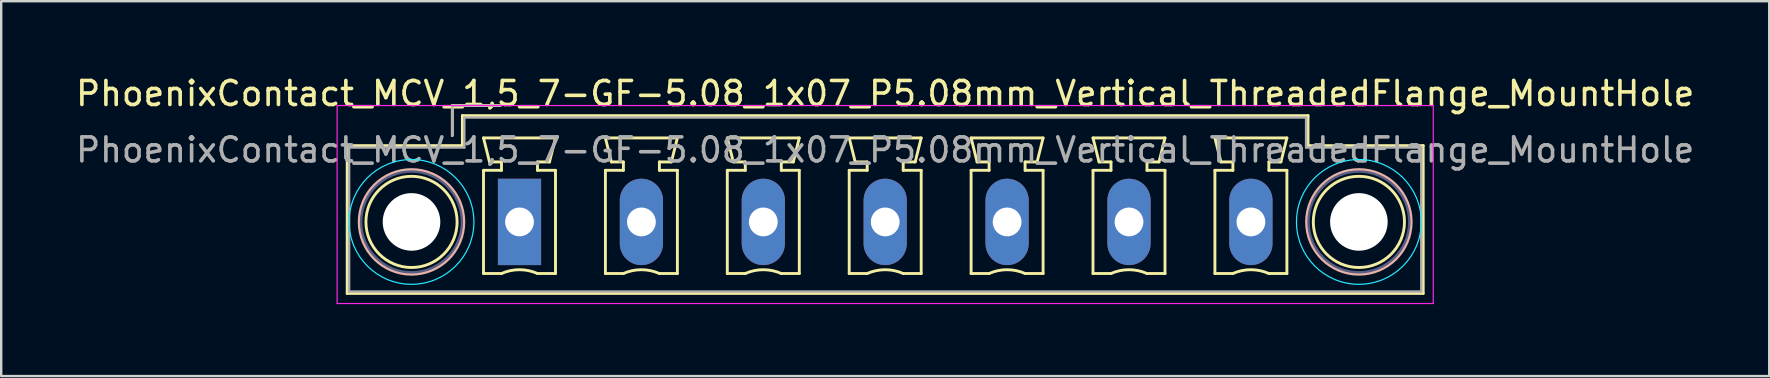
<source format=kicad_pcb>
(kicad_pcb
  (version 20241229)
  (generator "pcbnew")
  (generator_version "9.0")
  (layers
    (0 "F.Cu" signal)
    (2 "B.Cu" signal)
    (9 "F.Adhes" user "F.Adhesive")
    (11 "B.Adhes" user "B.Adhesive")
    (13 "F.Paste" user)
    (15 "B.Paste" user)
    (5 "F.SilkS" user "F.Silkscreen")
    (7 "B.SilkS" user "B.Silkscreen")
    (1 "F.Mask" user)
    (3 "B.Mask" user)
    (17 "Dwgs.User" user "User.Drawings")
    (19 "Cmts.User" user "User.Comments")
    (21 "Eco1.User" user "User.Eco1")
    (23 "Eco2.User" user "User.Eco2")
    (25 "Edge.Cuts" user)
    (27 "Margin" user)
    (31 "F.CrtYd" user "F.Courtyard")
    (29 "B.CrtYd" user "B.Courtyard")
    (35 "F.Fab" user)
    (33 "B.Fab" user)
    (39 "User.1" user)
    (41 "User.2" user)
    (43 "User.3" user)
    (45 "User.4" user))
  (footprint "PhoenixContact_MCV_1,5_7-GF-5.08_1x07_P5.08mm_Vertical_ThreadedFlange_MountHole"
    (layer "F.Cu")
    (at 18.599 6.198)
    (property "Reference" "PhoenixContact_MCV_1,5_7-GF-5.08_1x07_P5.08mm_Vertical_ThreadedFlange_MountHole" (at 15.24 -5.35 0) (layer "F.SilkS") (effects (font (size 1 1) (thickness 0.15))))
    (attr through_hole)
    (fp_line (start -7.18 -3.18) (end -7.18 2.98) (stroke (width 0.12) (type solid)) (layer "F.SilkS"))
    (fp_line (start -7.18 2.98) (end 37.66 2.98) (stroke (width 0.12) (type solid)) (layer "F.SilkS"))
    (fp_line (start -2.8 -4.85) (end -0.8 -4.85) (stroke (width 0.12) (type solid)) (layer "F.SilkS"))
    (fp_line (start -2.8 -3.6) (end -2.8 -4.85) (stroke (width 0.12) (type solid)) (layer "F.SilkS"))
    (fp_line (start -2.38 -4.43) (end -2.38 -3.18) (stroke (width 0.12) (type solid)) (layer "F.SilkS"))
    (fp_line (start -2.38 -3.18) (end -7.18 -3.18) (stroke (width 0.12) (type solid)) (layer "F.SilkS"))
    (fp_line (start -1.5 -3.5) (end 1.5 -3.5) (stroke (width 0.12) (type solid)) (layer "F.SilkS"))
    (fp_line (start -1.5 -2.15) (end -0.75 -2.15) (stroke (width 0.12) (type solid)) (layer "F.SilkS"))
    (fp_line (start -1.5 2.15) (end -1.5 -2.15) (stroke (width 0.12) (type solid)) (layer "F.SilkS"))
    (fp_line (start -1.25 -2.5) (end -1.5 -3.5) (stroke (width 0.12) (type solid)) (layer "F.SilkS"))
    (fp_line (start -0.75 -2.5) (end -1.25 -2.5) (stroke (width 0.12) (type solid)) (layer "F.SilkS"))
    (fp_line (start -0.75 -2.15) (end -0.75 -2.5) (stroke (width 0.12) (type solid)) (layer "F.SilkS"))
    (fp_line (start -0.75 2.15) (end -1.5 2.15) (stroke (width 0.12) (type solid)) (layer "F.SilkS"))
    (fp_line (start 0.75 -2.5) (end 0.75 -2.15) (stroke (width 0.12) (type solid)) (layer "F.SilkS"))
    (fp_line (start 0.75 -2.15) (end 1.5 -2.15) (stroke (width 0.12) (type solid)) (layer "F.SilkS"))
    (fp_line (start 1.25 -2.5) (end 0.75 -2.5) (stroke (width 0.12) (type solid)) (layer "F.SilkS"))
    (fp_line (start 1.5 -3.5) (end 1.25 -2.5) (stroke (width 0.12) (type solid)) (layer "F.SilkS"))
    (fp_line (start 1.5 -2.15) (end 1.5 2.15) (stroke (width 0.12) (type solid)) (layer "F.SilkS"))
    (fp_line (start 1.5 2.15) (end 0.75 2.15) (stroke (width 0.12) (type solid)) (layer "F.SilkS"))
    (fp_line (start 3.58 -3.5) (end 6.58 -3.5) (stroke (width 0.12) (type solid)) (layer "F.SilkS"))
    (fp_line (start 3.58 -2.15) (end 4.33 -2.15) (stroke (width 0.12) (type solid)) (layer "F.SilkS"))
    (fp_line (start 3.58 2.15) (end 3.58 -2.15) (stroke (width 0.12) (type solid)) (layer "F.SilkS"))
    (fp_line (start 3.83 -2.5) (end 3.58 -3.5) (stroke (width 0.12) (type solid)) (layer "F.SilkS"))
    (fp_line (start 4.33 -2.5) (end 3.83 -2.5) (stroke (width 0.12) (type solid)) (layer "F.SilkS"))
    (fp_line (start 4.33 -2.15) (end 4.33 -2.5) (stroke (width 0.12) (type solid)) (layer "F.SilkS"))
    (fp_line (start 4.33 2.15) (end 3.58 2.15) (stroke (width 0.12) (type solid)) (layer "F.SilkS"))
    (fp_line (start 5.83 -2.5) (end 5.83 -2.15) (stroke (width 0.12) (type solid)) (layer "F.SilkS"))
    (fp_line (start 5.83 -2.15) (end 6.58 -2.15) (stroke (width 0.12) (type solid)) (layer "F.SilkS"))
    (fp_line (start 6.33 -2.5) (end 5.83 -2.5) (stroke (width 0.12) (type solid)) (layer "F.SilkS"))
    (fp_line (start 6.58 -3.5) (end 6.33 -2.5) (stroke (width 0.12) (type solid)) (layer "F.SilkS"))
    (fp_line (start 6.58 -2.15) (end 6.58 2.15) (stroke (width 0.12) (type solid)) (layer "F.SilkS"))
    (fp_line (start 6.58 2.15) (end 5.83 2.15) (stroke (width 0.12) (type solid)) (layer "F.SilkS"))
    (fp_line (start 8.66 -3.5) (end 11.66 -3.5) (stroke (width 0.12) (type solid)) (layer "F.SilkS"))
    (fp_line (start 8.66 -2.15) (end 9.41 -2.15) (stroke (width 0.12) (type solid)) (layer "F.SilkS"))
    (fp_line (start 8.66 2.15) (end 8.66 -2.15) (stroke (width 0.12) (type solid)) (layer "F.SilkS"))
    (fp_line (start 8.91 -2.5) (end 8.66 -3.5) (stroke (width 0.12) (type solid)) (layer "F.SilkS"))
    (fp_line (start 9.41 -2.5) (end 8.91 -2.5) (stroke (width 0.12) (type solid)) (layer "F.SilkS"))
    (fp_line (start 9.41 -2.15) (end 9.41 -2.5) (stroke (width 0.12) (type solid)) (layer "F.SilkS"))
    (fp_line (start 9.41 2.15) (end 8.66 2.15) (stroke (width 0.12) (type solid)) (layer "F.SilkS"))
    (fp_line (start 10.91 -2.5) (end 10.91 -2.15) (stroke (width 0.12) (type solid)) (layer "F.SilkS"))
    (fp_line (start 10.91 -2.15) (end 11.66 -2.15) (stroke (width 0.12) (type solid)) (layer "F.SilkS"))
    (fp_line (start 11.41 -2.5) (end 10.91 -2.5) (stroke (width 0.12) (type solid)) (layer "F.SilkS"))
    (fp_line (start 11.66 -3.5) (end 11.41 -2.5) (stroke (width 0.12) (type solid)) (layer "F.SilkS"))
    (fp_line (start 11.66 -2.15) (end 11.66 2.15) (stroke (width 0.12) (type solid)) (layer "F.SilkS"))
    (fp_line (start 11.66 2.15) (end 10.91 2.15) (stroke (width 0.12) (type solid)) (layer "F.SilkS"))
    (fp_line (start 13.74 -3.5) (end 16.74 -3.5) (stroke (width 0.12) (type solid)) (layer "F.SilkS"))
    (fp_line (start 13.74 -2.15) (end 14.49 -2.15) (stroke (width 0.12) (type solid)) (layer "F.SilkS"))
    (fp_line (start 13.74 2.15) (end 13.74 -2.15) (stroke (width 0.12) (type solid)) (layer "F.SilkS"))
    (fp_line (start 13.99 -2.5) (end 13.74 -3.5) (stroke (width 0.12) (type solid)) (layer "F.SilkS"))
    (fp_line (start 14.49 -2.5) (end 13.99 -2.5) (stroke (width 0.12) (type solid)) (layer "F.SilkS"))
    (fp_line (start 14.49 -2.15) (end 14.49 -2.5) (stroke (width 0.12) (type solid)) (layer "F.SilkS"))
    (fp_line (start 14.49 2.15) (end 13.74 2.15) (stroke (width 0.12) (type solid)) (layer "F.SilkS"))
    (fp_line (start 15.99 -2.5) (end 15.99 -2.15) (stroke (width 0.12) (type solid)) (layer "F.SilkS"))
    (fp_line (start 15.99 -2.15) (end 16.74 -2.15) (stroke (width 0.12) (type solid)) (layer "F.SilkS"))
    (fp_line (start 16.49 -2.5) (end 15.99 -2.5) (stroke (width 0.12) (type solid)) (layer "F.SilkS"))
    (fp_line (start 16.74 -3.5) (end 16.49 -2.5) (stroke (width 0.12) (type solid)) (layer "F.SilkS"))
    (fp_line (start 16.74 -2.15) (end 16.74 2.15) (stroke (width 0.12) (type solid)) (layer "F.SilkS"))
    (fp_line (start 16.74 2.15) (end 15.99 2.15) (stroke (width 0.12) (type solid)) (layer "F.SilkS"))
    (fp_line (start 18.82 -3.5) (end 21.82 -3.5) (stroke (width 0.12) (type solid)) (layer "F.SilkS"))
    (fp_line (start 18.82 -2.15) (end 19.57 -2.15) (stroke (width 0.12) (type solid)) (layer "F.SilkS"))
    (fp_line (start 18.82 2.15) (end 18.82 -2.15) (stroke (width 0.12) (type solid)) (layer "F.SilkS"))
    (fp_line (start 19.07 -2.5) (end 18.82 -3.5) (stroke (width 0.12) (type solid)) (layer "F.SilkS"))
    (fp_line (start 19.57 -2.5) (end 19.07 -2.5) (stroke (width 0.12) (type solid)) (layer "F.SilkS"))
    (fp_line (start 19.57 -2.15) (end 19.57 -2.5) (stroke (width 0.12) (type solid)) (layer "F.SilkS"))
    (fp_line (start 19.57 2.15) (end 18.82 2.15) (stroke (width 0.12) (type solid)) (layer "F.SilkS"))
    (fp_line (start 21.07 -2.5) (end 21.07 -2.15) (stroke (width 0.12) (type solid)) (layer "F.SilkS"))
    (fp_line (start 21.07 -2.15) (end 21.82 -2.15) (stroke (width 0.12) (type solid)) (layer "F.SilkS"))
    (fp_line (start 21.57 -2.5) (end 21.07 -2.5) (stroke (width 0.12) (type solid)) (layer "F.SilkS"))
    (fp_line (start 21.82 -3.5) (end 21.57 -2.5) (stroke (width 0.12) (type solid)) (layer "F.SilkS"))
    (fp_line (start 21.82 -2.15) (end 21.82 2.15) (stroke (width 0.12) (type solid)) (layer "F.SilkS"))
    (fp_line (start 21.82 2.15) (end 21.07 2.15) (stroke (width 0.12) (type solid)) (layer "F.SilkS"))
    (fp_line (start 23.9 -3.5) (end 26.9 -3.5) (stroke (width 0.12) (type solid)) (layer "F.SilkS"))
    (fp_line (start 23.9 -2.15) (end 24.65 -2.15) (stroke (width 0.12) (type solid)) (layer "F.SilkS"))
    (fp_line (start 23.9 2.15) (end 23.9 -2.15) (stroke (width 0.12) (type solid)) (layer "F.SilkS"))
    (fp_line (start 24.15 -2.5) (end 23.9 -3.5) (stroke (width 0.12) (type solid)) (layer "F.SilkS"))
    (fp_line (start 24.65 -2.5) (end 24.15 -2.5) (stroke (width 0.12) (type solid)) (layer "F.SilkS"))
    (fp_line (start 24.65 -2.15) (end 24.65 -2.5) (stroke (width 0.12) (type solid)) (layer "F.SilkS"))
    (fp_line (start 24.65 2.15) (end 23.9 2.15) (stroke (width 0.12) (type solid)) (layer "F.SilkS"))
    (fp_line (start 26.15 -2.5) (end 26.15 -2.15) (stroke (width 0.12) (type solid)) (layer "F.SilkS"))
    (fp_line (start 26.15 -2.15) (end 26.9 -2.15) (stroke (width 0.12) (type solid)) (layer "F.SilkS"))
    (fp_line (start 26.65 -2.5) (end 26.15 -2.5) (stroke (width 0.12) (type solid)) (layer "F.SilkS"))
    (fp_line (start 26.9 -3.5) (end 26.65 -2.5) (stroke (width 0.12) (type solid)) (layer "F.SilkS"))
    (fp_line (start 26.9 -2.15) (end 26.9 2.15) (stroke (width 0.12) (type solid)) (layer "F.SilkS"))
    (fp_line (start 26.9 2.15) (end 26.15 2.15) (stroke (width 0.12) (type solid)) (layer "F.SilkS"))
    (fp_line (start 28.98 -3.5) (end 31.98 -3.5) (stroke (width 0.12) (type solid)) (layer "F.SilkS"))
    (fp_line (start 28.98 -2.15) (end 29.73 -2.15) (stroke (width 0.12) (type solid)) (layer "F.SilkS"))
    (fp_line (start 28.98 2.15) (end 28.98 -2.15) (stroke (width 0.12) (type solid)) (layer "F.SilkS"))
    (fp_line (start 29.23 -2.5) (end 28.98 -3.5) (stroke (width 0.12) (type solid)) (layer "F.SilkS"))
    (fp_line (start 29.73 -2.5) (end 29.23 -2.5) (stroke (width 0.12) (type solid)) (layer "F.SilkS"))
    (fp_line (start 29.73 -2.15) (end 29.73 -2.5) (stroke (width 0.12) (type solid)) (layer "F.SilkS"))
    (fp_line (start 29.73 2.15) (end 28.98 2.15) (stroke (width 0.12) (type solid)) (layer "F.SilkS"))
    (fp_line (start 31.23 -2.5) (end 31.23 -2.15) (stroke (width 0.12) (type solid)) (layer "F.SilkS"))
    (fp_line (start 31.23 -2.15) (end 31.98 -2.15) (stroke (width 0.12) (type solid)) (layer "F.SilkS"))
    (fp_line (start 31.73 -2.5) (end 31.23 -2.5) (stroke (width 0.12) (type solid)) (layer "F.SilkS"))
    (fp_line (start 31.98 -3.5) (end 31.73 -2.5) (stroke (width 0.12) (type solid)) (layer "F.SilkS"))
    (fp_line (start 31.98 -2.15) (end 31.98 2.15) (stroke (width 0.12) (type solid)) (layer "F.SilkS"))
    (fp_line (start 31.98 2.15) (end 31.23 2.15) (stroke (width 0.12) (type solid)) (layer "F.SilkS"))
    (fp_line (start 32.86 -4.43) (end -2.38 -4.43) (stroke (width 0.12) (type solid)) (layer "F.SilkS"))
    (fp_line (start 32.86 -3.18) (end 32.86 -4.43) (stroke (width 0.12) (type solid)) (layer "F.SilkS"))
    (fp_line (start 37.66 -3.18) (end 32.86 -3.18) (stroke (width 0.12) (type solid)) (layer "F.SilkS"))
    (fp_line (start 37.66 2.98) (end 37.66 -3.18) (stroke (width 0.12) (type solid)) (layer "F.SilkS"))
    (fp_arc (start -0.75 2.15) (mid -0.000193 1.99191) (end 0.749647 2.149844) (stroke (width 0.12) (type solid)) (layer "F.SilkS"))
    (fp_arc (start 4.33 2.15) (mid 5.079807 1.99191) (end 5.829647 2.149844) (stroke (width 0.12) (type solid)) (layer "F.SilkS"))
    (fp_arc (start 9.41 2.15) (mid 10.159807 1.99191) (end 10.909647 2.149844) (stroke (width 0.12) (type solid)) (layer "F.SilkS"))
    (fp_arc (start 14.49 2.15) (mid 15.239807 1.99191) (end 15.989647 2.149844) (stroke (width 0.12) (type solid)) (layer "F.SilkS"))
    (fp_arc (start 19.57 2.15) (mid 20.319807 1.99191) (end 21.069647 2.149844) (stroke (width 0.12) (type solid)) (layer "F.SilkS"))
    (fp_arc (start 24.65 2.15) (mid 25.399807 1.99191) (end 26.149647 2.149844) (stroke (width 0.12) (type solid)) (layer "F.SilkS"))
    (fp_arc (start 29.73 2.15) (mid 30.479807 1.99191) (end 31.229647 2.149844) (stroke (width 0.12) (type solid)) (layer "F.SilkS"))
    (fp_circle (center -4.5 0) (end -2.6 0) (stroke (width 0.12) (type solid)) (fill no) (layer "F.SilkS"))
    (fp_circle (center 34.98 0) (end 36.88 0) (stroke (width 0.12) (type solid)) (fill no) (layer "F.SilkS"))
    (fp_circle (center -4.5 0) (end -2.32 0) (stroke (width 0.12) (type solid)) (fill no) (layer "B.SilkS"))
    (fp_circle (center 34.98 0) (end 37.16 0) (stroke (width 0.12) (type solid)) (fill no) (layer "B.SilkS"))
    (fp_circle (center -4.5 0) (end -1.9 0) (stroke (width 0.05) (type solid)) (fill no) (layer "B.CrtYd"))
    (fp_circle (center 34.98 0) (end 37.58 0) (stroke (width 0.05) (type solid)) (fill no) (layer "B.CrtYd"))
    (fp_line (start -7.6 -4.85) (end -7.6 3.4) (stroke (width 0.05) (type solid)) (layer "F.CrtYd"))
    (fp_line (start -7.6 3.4) (end 38.08 3.4) (stroke (width 0.05) (type solid)) (layer "F.CrtYd"))
    (fp_line (start 38.08 -4.85) (end -7.6 -4.85) (stroke (width 0.05) (type solid)) (layer "F.CrtYd"))
    (fp_line (start 38.08 3.4) (end 38.08 -4.85) (stroke (width 0.05) (type solid)) (layer "F.CrtYd"))
    (fp_circle (center -4.5 0) (end -2.4 0) (stroke (width 0.1) (type solid)) (fill no) (layer "B.Fab"))
    (fp_circle (center 34.98 0) (end 37.08 0) (stroke (width 0.1) (type solid)) (fill no) (layer "B.Fab"))
    (fp_line (start -7.1 -3.1) (end -7.1 2.9) (stroke (width 0.1) (type solid)) (layer "F.Fab"))
    (fp_line (start -7.1 2.9) (end 37.58 2.9) (stroke (width 0.1) (type solid)) (layer "F.Fab"))
    (fp_line (start -2.8 -4.85) (end -0.8 -4.85) (stroke (width 0.1) (type solid)) (layer "F.Fab"))
    (fp_line (start -2.8 -3.6) (end -2.8 -4.85) (stroke (width 0.1) (type solid)) (layer "F.Fab"))
    (fp_line (start -2.3 -4.35) (end -2.3 -3.1) (stroke (width 0.1) (type solid)) (layer "F.Fab"))
    (fp_line (start -2.3 -3.1) (end -7.1 -3.1) (stroke (width 0.1) (type solid)) (layer "F.Fab"))
    (fp_line (start 32.78 -4.35) (end -2.3 -4.35) (stroke (width 0.1) (type solid)) (layer "F.Fab"))
    (fp_line (start 32.78 -3.1) (end 32.78 -4.35) (stroke (width 0.1) (type solid)) (layer "F.Fab"))
    (fp_line (start 37.58 -3.1) (end 32.78 -3.1) (stroke (width 0.1) (type solid)) (layer "F.Fab"))
    (fp_line (start 37.58 2.9) (end 37.58 -3.1) (stroke (width 0.1) (type solid)) (layer "F.Fab"))
    (fp_text user "${REFERENCE}" (at 15.24 -3 0) (layer "F.Fab") (effects (font (size 1 1) (thickness 0.15))))
    (pad "" np_thru_hole circle (at -4.5 0) (size 2.4 2.4) (drill 2.4) (layers "*.Cu" "*.Mask"))
    (pad "" np_thru_hole circle (at 34.98 0) (size 2.4 2.4) (drill 2.4) (layers "*.Cu" "*.Mask"))
    (pad "1" thru_hole rect (at 0 0) (size 1.8 3.6) (drill 1.2) (layers "*.Cu" "*.Mask"))
    (pad "2" thru_hole oval (at 5.08 0) (size 1.8 3.6) (drill 1.2) (layers "*.Cu" "*.Mask"))
    (pad "3" thru_hole oval (at 10.16 0) (size 1.8 3.6) (drill 1.2) (layers "*.Cu" "*.Mask"))
    (pad "4" thru_hole oval (at 15.24 0) (size 1.8 3.6) (drill 1.2) (layers "*.Cu" "*.Mask"))
    (pad "5" thru_hole oval (at 20.32 0) (size 1.8 3.6) (drill 1.2) (layers "*.Cu" "*.Mask"))
    (pad "6" thru_hole oval (at 25.4 0) (size 1.8 3.6) (drill 1.2) (layers "*.Cu" "*.Mask"))
    (pad "7" thru_hole oval (at 30.48 0) (size 1.8 3.6) (drill 1.2) (layers "*.Cu" "*.Mask")))
  (gr_rect
    (start -3 -3)
    (end 70.679 12.623)
    (stroke (width 0.1) (type default))
    (fill no)
    (layer "Edge.Cuts")))
</source>
